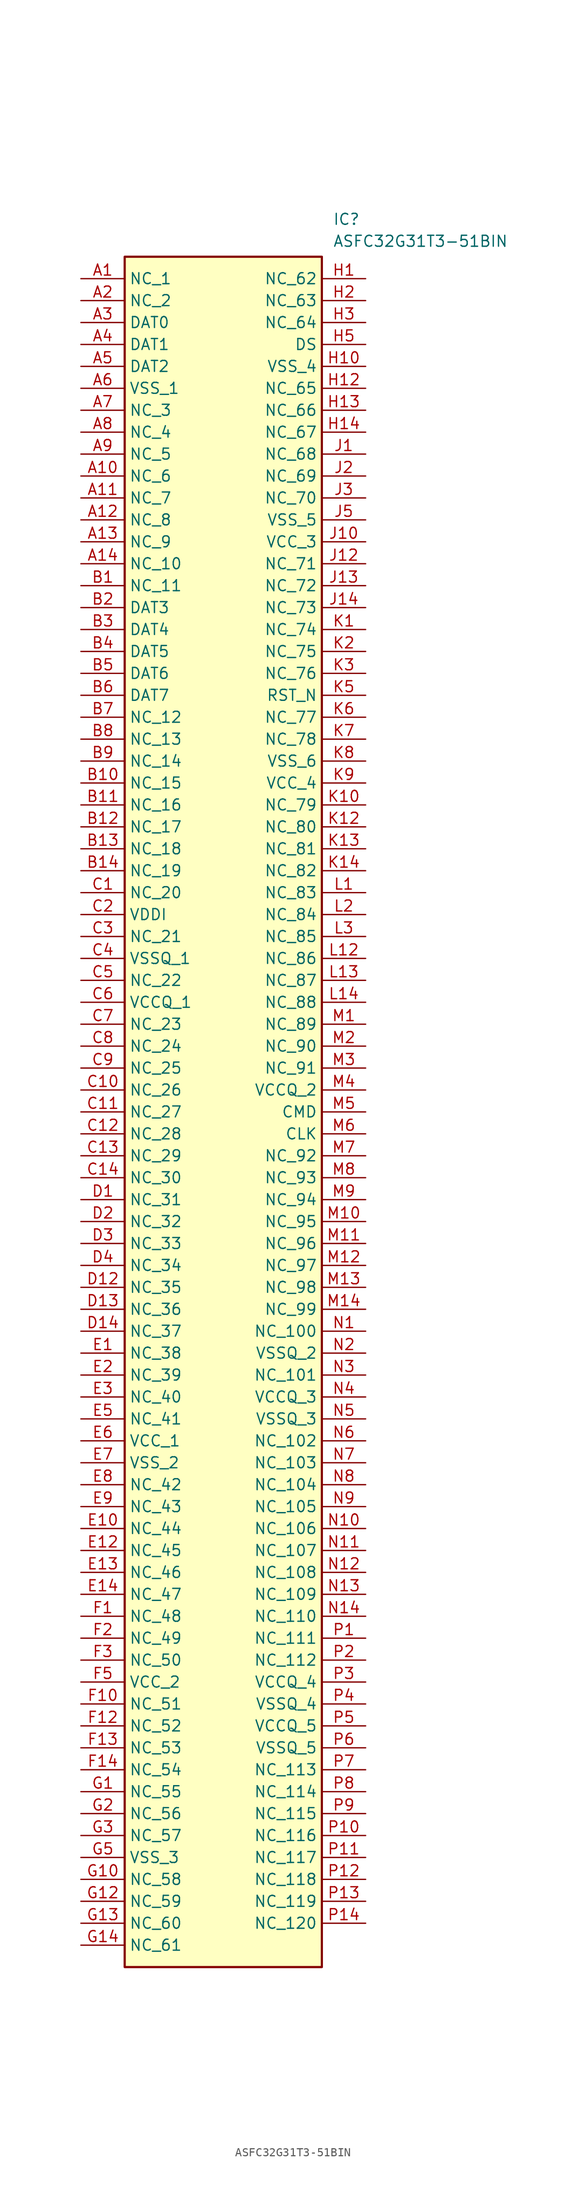
<source format=kicad_sym>
(kicad_symbol_lib
  (version 20241209)
  (generator "kicad_symbol_editor")
  (generator_version "9.0")
  (symbol "ASFC32G31T3-51BIN"
    (property "Reference" "IC"
      (at 29.21 7.62 0)
      (effects (font (size 1.27 1.27)) (justify left top)))
    (property "Value" "ASFC32G31T3-51BIN"
      (at 29.21 5.08 0)
      (effects (font (size 1.27 1.27)) (justify left top)))
    (symbol "ASFC32G31T3-51BIN_1_1"
      (rectangle (start 5.08 2.54) (end 27.94 -195.58) (stroke (width 0.254) (type default)) (fill (type background)))
      (pin passive line (at 0 0 0) (length 5.08) (name "NC_1" (effects (font (size 1.27 1.27)))) (number "A1" (effects (font (size 1.27 1.27)))))
      (pin passive line (at 0 -2.54 0) (length 5.08) (name "NC_2" (effects (font (size 1.27 1.27)))) (number "A2" (effects (font (size 1.27 1.27)))))
      (pin passive line (at 0 -5.08 0) (length 5.08) (name "DAT0" (effects (font (size 1.27 1.27)))) (number "A3" (effects (font (size 1.27 1.27)))))
      (pin passive line (at 0 -7.62 0) (length 5.08) (name "DAT1" (effects (font (size 1.27 1.27)))) (number "A4" (effects (font (size 1.27 1.27)))))
      (pin passive line (at 0 -10.16 0) (length 5.08) (name "DAT2" (effects (font (size 1.27 1.27)))) (number "A5" (effects (font (size 1.27 1.27)))))
      (pin passive line (at 0 -12.7 0) (length 5.08) (name "VSS_1" (effects (font (size 1.27 1.27)))) (number "A6" (effects (font (size 1.27 1.27)))))
      (pin passive line (at 0 -15.24 0) (length 5.08) (name "NC_3" (effects (font (size 1.27 1.27)))) (number "A7" (effects (font (size 1.27 1.27)))))
      (pin passive line (at 0 -17.78 0) (length 5.08) (name "NC_4" (effects (font (size 1.27 1.27)))) (number "A8" (effects (font (size 1.27 1.27)))))
      (pin passive line (at 0 -20.32 0) (length 5.08) (name "NC_5" (effects (font (size 1.27 1.27)))) (number "A9" (effects (font (size 1.27 1.27)))))
      (pin passive line (at 0 -22.86 0) (length 5.08) (name "NC_6" (effects (font (size 1.27 1.27)))) (number "A10" (effects (font (size 1.27 1.27)))))
      (pin passive line (at 0 -25.4 0) (length 5.08) (name "NC_7" (effects (font (size 1.27 1.27)))) (number "A11" (effects (font (size 1.27 1.27)))))
      (pin passive line (at 0 -27.94 0) (length 5.08) (name "NC_8" (effects (font (size 1.27 1.27)))) (number "A12" (effects (font (size 1.27 1.27)))))
      (pin passive line (at 0 -30.48 0) (length 5.08) (name "NC_9" (effects (font (size 1.27 1.27)))) (number "A13" (effects (font (size 1.27 1.27)))))
      (pin passive line (at 0 -33.02 0) (length 5.08) (name "NC_10" (effects (font (size 1.27 1.27)))) (number "A14" (effects (font (size 1.27 1.27)))))
      (pin passive line (at 0 -35.56 0) (length 5.08) (name "NC_11" (effects (font (size 1.27 1.27)))) (number "B1" (effects (font (size 1.27 1.27)))))
      (pin passive line (at 0 -38.1 0) (length 5.08) (name "DAT3" (effects (font (size 1.27 1.27)))) (number "B2" (effects (font (size 1.27 1.27)))))
      (pin passive line (at 0 -40.64 0) (length 5.08) (name "DAT4" (effects (font (size 1.27 1.27)))) (number "B3" (effects (font (size 1.27 1.27)))))
      (pin passive line (at 0 -43.18 0) (length 5.08) (name "DAT5" (effects (font (size 1.27 1.27)))) (number "B4" (effects (font (size 1.27 1.27)))))
      (pin passive line (at 0 -45.72 0) (length 5.08) (name "DAT6" (effects (font (size 1.27 1.27)))) (number "B5" (effects (font (size 1.27 1.27)))))
      (pin passive line (at 0 -48.26 0) (length 5.08) (name "DAT7" (effects (font (size 1.27 1.27)))) (number "B6" (effects (font (size 1.27 1.27)))))
      (pin passive line (at 0 -50.8 0) (length 5.08) (name "NC_12" (effects (font (size 1.27 1.27)))) (number "B7" (effects (font (size 1.27 1.27)))))
      (pin passive line (at 0 -53.34 0) (length 5.08) (name "NC_13" (effects (font (size 1.27 1.27)))) (number "B8" (effects (font (size 1.27 1.27)))))
      (pin passive line (at 0 -55.88 0) (length 5.08) (name "NC_14" (effects (font (size 1.27 1.27)))) (number "B9" (effects (font (size 1.27 1.27)))))
      (pin passive line (at 0 -58.42 0) (length 5.08) (name "NC_15" (effects (font (size 1.27 1.27)))) (number "B10" (effects (font (size 1.27 1.27)))))
      (pin passive line (at 0 -60.96 0) (length 5.08) (name "NC_16" (effects (font (size 1.27 1.27)))) (number "B11" (effects (font (size 1.27 1.27)))))
      (pin passive line (at 0 -63.5 0) (length 5.08) (name "NC_17" (effects (font (size 1.27 1.27)))) (number "B12" (effects (font (size 1.27 1.27)))))
      (pin passive line (at 0 -66.04 0) (length 5.08) (name "NC_18" (effects (font (size 1.27 1.27)))) (number "B13" (effects (font (size 1.27 1.27)))))
      (pin passive line (at 0 -68.58 0) (length 5.08) (name "NC_19" (effects (font (size 1.27 1.27)))) (number "B14" (effects (font (size 1.27 1.27)))))
      (pin passive line (at 0 -71.12 0) (length 5.08) (name "NC_20" (effects (font (size 1.27 1.27)))) (number "C1" (effects (font (size 1.27 1.27)))))
      (pin passive line (at 0 -73.66 0) (length 5.08) (name "VDDI" (effects (font (size 1.27 1.27)))) (number "C2" (effects (font (size 1.27 1.27)))))
      (pin passive line (at 0 -76.2 0) (length 5.08) (name "NC_21" (effects (font (size 1.27 1.27)))) (number "C3" (effects (font (size 1.27 1.27)))))
      (pin passive line (at 0 -78.74 0) (length 5.08) (name "VSSQ_1" (effects (font (size 1.27 1.27)))) (number "C4" (effects (font (size 1.27 1.27)))))
      (pin passive line (at 0 -81.28 0) (length 5.08) (name "NC_22" (effects (font (size 1.27 1.27)))) (number "C5" (effects (font (size 1.27 1.27)))))
      (pin passive line (at 0 -83.82 0) (length 5.08) (name "VCCQ_1" (effects (font (size 1.27 1.27)))) (number "C6" (effects (font (size 1.27 1.27)))))
      (pin passive line (at 0 -86.36 0) (length 5.08) (name "NC_23" (effects (font (size 1.27 1.27)))) (number "C7" (effects (font (size 1.27 1.27)))))
      (pin passive line (at 0 -88.9 0) (length 5.08) (name "NC_24" (effects (font (size 1.27 1.27)))) (number "C8" (effects (font (size 1.27 1.27)))))
      (pin passive line (at 0 -91.44 0) (length 5.08) (name "NC_25" (effects (font (size 1.27 1.27)))) (number "C9" (effects (font (size 1.27 1.27)))))
      (pin passive line (at 0 -93.98 0) (length 5.08) (name "NC_26" (effects (font (size 1.27 1.27)))) (number "C10" (effects (font (size 1.27 1.27)))))
      (pin passive line (at 0 -96.52 0) (length 5.08) (name "NC_27" (effects (font (size 1.27 1.27)))) (number "C11" (effects (font (size 1.27 1.27)))))
      (pin passive line (at 0 -99.06 0) (length 5.08) (name "NC_28" (effects (font (size 1.27 1.27)))) (number "C12" (effects (font (size 1.27 1.27)))))
      (pin passive line (at 0 -101.6 0) (length 5.08) (name "NC_29" (effects (font (size 1.27 1.27)))) (number "C13" (effects (font (size 1.27 1.27)))))
      (pin passive line (at 0 -104.14 0) (length 5.08) (name "NC_30" (effects (font (size 1.27 1.27)))) (number "C14" (effects (font (size 1.27 1.27)))))
      (pin passive line (at 0 -106.68 0) (length 5.08) (name "NC_31" (effects (font (size 1.27 1.27)))) (number "D1" (effects (font (size 1.27 1.27)))))
      (pin passive line (at 0 -109.22 0) (length 5.08) (name "NC_32" (effects (font (size 1.27 1.27)))) (number "D2" (effects (font (size 1.27 1.27)))))
      (pin passive line (at 0 -111.76 0) (length 5.08) (name "NC_33" (effects (font (size 1.27 1.27)))) (number "D3" (effects (font (size 1.27 1.27)))))
      (pin passive line (at 0 -114.3 0) (length 5.08) (name "NC_34" (effects (font (size 1.27 1.27)))) (number "D4" (effects (font (size 1.27 1.27)))))
      (pin passive line (at 0 -116.84 0) (length 5.08) (name "NC_35" (effects (font (size 1.27 1.27)))) (number "D12" (effects (font (size 1.27 1.27)))))
      (pin passive line (at 0 -119.38 0) (length 5.08) (name "NC_36" (effects (font (size 1.27 1.27)))) (number "D13" (effects (font (size 1.27 1.27)))))
      (pin passive line (at 0 -121.92 0) (length 5.08) (name "NC_37" (effects (font (size 1.27 1.27)))) (number "D14" (effects (font (size 1.27 1.27)))))
      (pin passive line (at 0 -124.46 0) (length 5.08) (name "NC_38" (effects (font (size 1.27 1.27)))) (number "E1" (effects (font (size 1.27 1.27)))))
      (pin passive line (at 0 -127 0) (length 5.08) (name "NC_39" (effects (font (size 1.27 1.27)))) (number "E2" (effects (font (size 1.27 1.27)))))
      (pin passive line (at 0 -129.54 0) (length 5.08) (name "NC_40" (effects (font (size 1.27 1.27)))) (number "E3" (effects (font (size 1.27 1.27)))))
      (pin passive line (at 0 -132.08 0) (length 5.08) (name "NC_41" (effects (font (size 1.27 1.27)))) (number "E5" (effects (font (size 1.27 1.27)))))
      (pin passive line (at 0 -134.62 0) (length 5.08) (name "VCC_1" (effects (font (size 1.27 1.27)))) (number "E6" (effects (font (size 1.27 1.27)))))
      (pin passive line (at 0 -137.16 0) (length 5.08) (name "VSS_2" (effects (font (size 1.27 1.27)))) (number "E7" (effects (font (size 1.27 1.27)))))
      (pin passive line (at 0 -139.7 0) (length 5.08) (name "NC_42" (effects (font (size 1.27 1.27)))) (number "E8" (effects (font (size 1.27 1.27)))))
      (pin passive line (at 0 -142.24 0) (length 5.08) (name "NC_43" (effects (font (size 1.27 1.27)))) (number "E9" (effects (font (size 1.27 1.27)))))
      (pin passive line (at 0 -144.78 0) (length 5.08) (name "NC_44" (effects (font (size 1.27 1.27)))) (number "E10" (effects (font (size 1.27 1.27)))))
      (pin passive line (at 0 -147.32 0) (length 5.08) (name "NC_45" (effects (font (size 1.27 1.27)))) (number "E12" (effects (font (size 1.27 1.27)))))
      (pin passive line (at 0 -149.86 0) (length 5.08) (name "NC_46" (effects (font (size 1.27 1.27)))) (number "E13" (effects (font (size 1.27 1.27)))))
      (pin passive line (at 0 -152.4 0) (length 5.08) (name "NC_47" (effects (font (size 1.27 1.27)))) (number "E14" (effects (font (size 1.27 1.27)))))
      (pin passive line (at 0 -154.94 0) (length 5.08) (name "NC_48" (effects (font (size 1.27 1.27)))) (number "F1" (effects (font (size 1.27 1.27)))))
      (pin passive line (at 0 -157.48 0) (length 5.08) (name "NC_49" (effects (font (size 1.27 1.27)))) (number "F2" (effects (font (size 1.27 1.27)))))
      (pin passive line (at 0 -160.02 0) (length 5.08) (name "NC_50" (effects (font (size 1.27 1.27)))) (number "F3" (effects (font (size 1.27 1.27)))))
      (pin passive line (at 0 -162.56 0) (length 5.08) (name "VCC_2" (effects (font (size 1.27 1.27)))) (number "F5" (effects (font (size 1.27 1.27)))))
      (pin passive line (at 0 -165.1 0) (length 5.08) (name "NC_51" (effects (font (size 1.27 1.27)))) (number "F10" (effects (font (size 1.27 1.27)))))
      (pin passive line (at 0 -167.64 0) (length 5.08) (name "NC_52" (effects (font (size 1.27 1.27)))) (number "F12" (effects (font (size 1.27 1.27)))))
      (pin passive line (at 0 -170.18 0) (length 5.08) (name "NC_53" (effects (font (size 1.27 1.27)))) (number "F13" (effects (font (size 1.27 1.27)))))
      (pin passive line (at 0 -172.72 0) (length 5.08) (name "NC_54" (effects (font (size 1.27 1.27)))) (number "F14" (effects (font (size 1.27 1.27)))))
      (pin passive line (at 0 -175.26 0) (length 5.08) (name "NC_55" (effects (font (size 1.27 1.27)))) (number "G1" (effects (font (size 1.27 1.27)))))
      (pin passive line (at 0 -177.8 0) (length 5.08) (name "NC_56" (effects (font (size 1.27 1.27)))) (number "G2" (effects (font (size 1.27 1.27)))))
      (pin passive line (at 0 -180.34 0) (length 5.08) (name "NC_57" (effects (font (size 1.27 1.27)))) (number "G3" (effects (font (size 1.27 1.27)))))
      (pin passive line (at 0 -182.88 0) (length 5.08) (name "VSS_3" (effects (font (size 1.27 1.27)))) (number "G5" (effects (font (size 1.27 1.27)))))
      (pin passive line (at 0 -185.42 0) (length 5.08) (name "NC_58" (effects (font (size 1.27 1.27)))) (number "G10" (effects (font (size 1.27 1.27)))))
      (pin passive line (at 0 -187.96 0) (length 5.08) (name "NC_59" (effects (font (size 1.27 1.27)))) (number "G12" (effects (font (size 1.27 1.27)))))
      (pin passive line (at 0 -190.5 0) (length 5.08) (name "NC_60" (effects (font (size 1.27 1.27)))) (number "G13" (effects (font (size 1.27 1.27)))))
      (pin passive line (at 0 -193.04 0) (length 5.08) (name "NC_61" (effects (font (size 1.27 1.27)))) (number "G14" (effects (font (size 1.27 1.27)))))
      (pin passive line (at 33.02 0 180) (length 5.08) (name "NC_62" (effects (font (size 1.27 1.27)))) (number "H1" (effects (font (size 1.27 1.27)))))
      (pin passive line (at 33.02 -2.54 180) (length 5.08) (name "NC_63" (effects (font (size 1.27 1.27)))) (number "H2" (effects (font (size 1.27 1.27)))))
      (pin passive line (at 33.02 -5.08 180) (length 5.08) (name "NC_64" (effects (font (size 1.27 1.27)))) (number "H3" (effects (font (size 1.27 1.27)))))
      (pin passive line (at 33.02 -7.62 180) (length 5.08) (name "DS" (effects (font (size 1.27 1.27)))) (number "H5" (effects (font (size 1.27 1.27)))))
      (pin passive line (at 33.02 -10.16 180) (length 5.08) (name "VSS_4" (effects (font (size 1.27 1.27)))) (number "H10" (effects (font (size 1.27 1.27)))))
      (pin passive line (at 33.02 -12.7 180) (length 5.08) (name "NC_65" (effects (font (size 1.27 1.27)))) (number "H12" (effects (font (size 1.27 1.27)))))
      (pin passive line (at 33.02 -15.24 180) (length 5.08) (name "NC_66" (effects (font (size 1.27 1.27)))) (number "H13" (effects (font (size 1.27 1.27)))))
      (pin passive line (at 33.02 -17.78 180) (length 5.08) (name "NC_67" (effects (font (size 1.27 1.27)))) (number "H14" (effects (font (size 1.27 1.27)))))
      (pin passive line (at 33.02 -20.32 180) (length 5.08) (name "NC_68" (effects (font (size 1.27 1.27)))) (number "J1" (effects (font (size 1.27 1.27)))))
      (pin passive line (at 33.02 -22.86 180) (length 5.08) (name "NC_69" (effects (font (size 1.27 1.27)))) (number "J2" (effects (font (size 1.27 1.27)))))
      (pin passive line (at 33.02 -25.4 180) (length 5.08) (name "NC_70" (effects (font (size 1.27 1.27)))) (number "J3" (effects (font (size 1.27 1.27)))))
      (pin passive line (at 33.02 -27.94 180) (length 5.08) (name "VSS_5" (effects (font (size 1.27 1.27)))) (number "J5" (effects (font (size 1.27 1.27)))))
      (pin passive line (at 33.02 -30.48 180) (length 5.08) (name "VCC_3" (effects (font (size 1.27 1.27)))) (number "J10" (effects (font (size 1.27 1.27)))))
      (pin passive line (at 33.02 -33.02 180) (length 5.08) (name "NC_71" (effects (font (size 1.27 1.27)))) (number "J12" (effects (font (size 1.27 1.27)))))
      (pin passive line (at 33.02 -35.56 180) (length 5.08) (name "NC_72" (effects (font (size 1.27 1.27)))) (number "J13" (effects (font (size 1.27 1.27)))))
      (pin passive line (at 33.02 -38.1 180) (length 5.08) (name "NC_73" (effects (font (size 1.27 1.27)))) (number "J14" (effects (font (size 1.27 1.27)))))
      (pin passive line (at 33.02 -40.64 180) (length 5.08) (name "NC_74" (effects (font (size 1.27 1.27)))) (number "K1" (effects (font (size 1.27 1.27)))))
      (pin passive line (at 33.02 -43.18 180) (length 5.08) (name "NC_75" (effects (font (size 1.27 1.27)))) (number "K2" (effects (font (size 1.27 1.27)))))
      (pin passive line (at 33.02 -45.72 180) (length 5.08) (name "NC_76" (effects (font (size 1.27 1.27)))) (number "K3" (effects (font (size 1.27 1.27)))))
      (pin passive line (at 33.02 -48.26 180) (length 5.08) (name "RST_N" (effects (font (size 1.27 1.27)))) (number "K5" (effects (font (size 1.27 1.27)))))
      (pin passive line (at 33.02 -50.8 180) (length 5.08) (name "NC_77" (effects (font (size 1.27 1.27)))) (number "K6" (effects (font (size 1.27 1.27)))))
      (pin passive line (at 33.02 -53.34 180) (length 5.08) (name "NC_78" (effects (font (size 1.27 1.27)))) (number "K7" (effects (font (size 1.27 1.27)))))
      (pin passive line (at 33.02 -55.88 180) (length 5.08) (name "VSS_6" (effects (font (size 1.27 1.27)))) (number "K8" (effects (font (size 1.27 1.27)))))
      (pin passive line (at 33.02 -58.42 180) (length 5.08) (name "VCC_4" (effects (font (size 1.27 1.27)))) (number "K9" (effects (font (size 1.27 1.27)))))
      (pin passive line (at 33.02 -60.96 180) (length 5.08) (name "NC_79" (effects (font (size 1.27 1.27)))) (number "K10" (effects (font (size 1.27 1.27)))))
      (pin passive line (at 33.02 -63.5 180) (length 5.08) (name "NC_80" (effects (font (size 1.27 1.27)))) (number "K12" (effects (font (size 1.27 1.27)))))
      (pin passive line (at 33.02 -66.04 180) (length 5.08) (name "NC_81" (effects (font (size 1.27 1.27)))) (number "K13" (effects (font (size 1.27 1.27)))))
      (pin passive line (at 33.02 -68.58 180) (length 5.08) (name "NC_82" (effects (font (size 1.27 1.27)))) (number "K14" (effects (font (size 1.27 1.27)))))
      (pin passive line (at 33.02 -71.12 180) (length 5.08) (name "NC_83" (effects (font (size 1.27 1.27)))) (number "L1" (effects (font (size 1.27 1.27)))))
      (pin passive line (at 33.02 -73.66 180) (length 5.08) (name "NC_84" (effects (font (size 1.27 1.27)))) (number "L2" (effects (font (size 1.27 1.27)))))
      (pin passive line (at 33.02 -76.2 180) (length 5.08) (name "NC_85" (effects (font (size 1.27 1.27)))) (number "L3" (effects (font (size 1.27 1.27)))))
      (pin passive line (at 33.02 -78.74 180) (length 5.08) (name "NC_86" (effects (font (size 1.27 1.27)))) (number "L12" (effects (font (size 1.27 1.27)))))
      (pin passive line (at 33.02 -81.28 180) (length 5.08) (name "NC_87" (effects (font (size 1.27 1.27)))) (number "L13" (effects (font (size 1.27 1.27)))))
      (pin passive line (at 33.02 -83.82 180) (length 5.08) (name "NC_88" (effects (font (size 1.27 1.27)))) (number "L14" (effects (font (size 1.27 1.27)))))
      (pin passive line (at 33.02 -86.36 180) (length 5.08) (name "NC_89" (effects (font (size 1.27 1.27)))) (number "M1" (effects (font (size 1.27 1.27)))))
      (pin passive line (at 33.02 -88.9 180) (length 5.08) (name "NC_90" (effects (font (size 1.27 1.27)))) (number "M2" (effects (font (size 1.27 1.27)))))
      (pin passive line (at 33.02 -91.44 180) (length 5.08) (name "NC_91" (effects (font (size 1.27 1.27)))) (number "M3" (effects (font (size 1.27 1.27)))))
      (pin passive line (at 33.02 -93.98 180) (length 5.08) (name "VCCQ_2" (effects (font (size 1.27 1.27)))) (number "M4" (effects (font (size 1.27 1.27)))))
      (pin passive line (at 33.02 -96.52 180) (length 5.08) (name "CMD" (effects (font (size 1.27 1.27)))) (number "M5" (effects (font (size 1.27 1.27)))))
      (pin passive line (at 33.02 -99.06 180) (length 5.08) (name "CLK" (effects (font (size 1.27 1.27)))) (number "M6" (effects (font (size 1.27 1.27)))))
      (pin passive line (at 33.02 -101.6 180) (length 5.08) (name "NC_92" (effects (font (size 1.27 1.27)))) (number "M7" (effects (font (size 1.27 1.27)))))
      (pin passive line (at 33.02 -104.14 180) (length 5.08) (name "NC_93" (effects (font (size 1.27 1.27)))) (number "M8" (effects (font (size 1.27 1.27)))))
      (pin passive line (at 33.02 -106.68 180) (length 5.08) (name "NC_94" (effects (font (size 1.27 1.27)))) (number "M9" (effects (font (size 1.27 1.27)))))
      (pin passive line (at 33.02 -109.22 180) (length 5.08) (name "NC_95" (effects (font (size 1.27 1.27)))) (number "M10" (effects (font (size 1.27 1.27)))))
      (pin passive line (at 33.02 -111.76 180) (length 5.08) (name "NC_96" (effects (font (size 1.27 1.27)))) (number "M11" (effects (font (size 1.27 1.27)))))
      (pin passive line (at 33.02 -114.3 180) (length 5.08) (name "NC_97" (effects (font (size 1.27 1.27)))) (number "M12" (effects (font (size 1.27 1.27)))))
      (pin passive line (at 33.02 -116.84 180) (length 5.08) (name "NC_98" (effects (font (size 1.27 1.27)))) (number "M13" (effects (font (size 1.27 1.27)))))
      (pin passive line (at 33.02 -119.38 180) (length 5.08) (name "NC_99" (effects (font (size 1.27 1.27)))) (number "M14" (effects (font (size 1.27 1.27)))))
      (pin passive line (at 33.02 -121.92 180) (length 5.08) (name "NC_100" (effects (font (size 1.27 1.27)))) (number "N1" (effects (font (size 1.27 1.27)))))
      (pin passive line (at 33.02 -124.46 180) (length 5.08) (name "VSSQ_2" (effects (font (size 1.27 1.27)))) (number "N2" (effects (font (size 1.27 1.27)))))
      (pin passive line (at 33.02 -127 180) (length 5.08) (name "NC_101" (effects (font (size 1.27 1.27)))) (number "N3" (effects (font (size 1.27 1.27)))))
      (pin passive line (at 33.02 -129.54 180) (length 5.08) (name "VCCQ_3" (effects (font (size 1.27 1.27)))) (number "N4" (effects (font (size 1.27 1.27)))))
      (pin passive line (at 33.02 -132.08 180) (length 5.08) (name "VSSQ_3" (effects (font (size 1.27 1.27)))) (number "N5" (effects (font (size 1.27 1.27)))))
      (pin passive line (at 33.02 -134.62 180) (length 5.08) (name "NC_102" (effects (font (size 1.27 1.27)))) (number "N6" (effects (font (size 1.27 1.27)))))
      (pin passive line (at 33.02 -137.16 180) (length 5.08) (name "NC_103" (effects (font (size 1.27 1.27)))) (number "N7" (effects (font (size 1.27 1.27)))))
      (pin passive line (at 33.02 -139.7 180) (length 5.08) (name "NC_104" (effects (font (size 1.27 1.27)))) (number "N8" (effects (font (size 1.27 1.27)))))
      (pin passive line (at 33.02 -142.24 180) (length 5.08) (name "NC_105" (effects (font (size 1.27 1.27)))) (number "N9" (effects (font (size 1.27 1.27)))))
      (pin passive line (at 33.02 -144.78 180) (length 5.08) (name "NC_106" (effects (font (size 1.27 1.27)))) (number "N10" (effects (font (size 1.27 1.27)))))
      (pin passive line (at 33.02 -147.32 180) (length 5.08) (name "NC_107" (effects (font (size 1.27 1.27)))) (number "N11" (effects (font (size 1.27 1.27)))))
      (pin passive line (at 33.02 -149.86 180) (length 5.08) (name "NC_108" (effects (font (size 1.27 1.27)))) (number "N12" (effects (font (size 1.27 1.27)))))
      (pin passive line (at 33.02 -152.4 180) (length 5.08) (name "NC_109" (effects (font (size 1.27 1.27)))) (number "N13" (effects (font (size 1.27 1.27)))))
      (pin passive line (at 33.02 -154.94 180) (length 5.08) (name "NC_110" (effects (font (size 1.27 1.27)))) (number "N14" (effects (font (size 1.27 1.27)))))
      (pin passive line (at 33.02 -157.48 180) (length 5.08) (name "NC_111" (effects (font (size 1.27 1.27)))) (number "P1" (effects (font (size 1.27 1.27)))))
      (pin passive line (at 33.02 -160.02 180) (length 5.08) (name "NC_112" (effects (font (size 1.27 1.27)))) (number "P2" (effects (font (size 1.27 1.27)))))
      (pin passive line (at 33.02 -162.56 180) (length 5.08) (name "VCCQ_4" (effects (font (size 1.27 1.27)))) (number "P3" (effects (font (size 1.27 1.27)))))
      (pin passive line (at 33.02 -165.1 180) (length 5.08) (name "VSSQ_4" (effects (font (size 1.27 1.27)))) (number "P4" (effects (font (size 1.27 1.27)))))
      (pin passive line (at 33.02 -167.64 180) (length 5.08) (name "VCCQ_5" (effects (font (size 1.27 1.27)))) (number "P5" (effects (font (size 1.27 1.27)))))
      (pin passive line (at 33.02 -170.18 180) (length 5.08) (name "VSSQ_5" (effects (font (size 1.27 1.27)))) (number "P6" (effects (font (size 1.27 1.27)))))
      (pin passive line (at 33.02 -172.72 180) (length 5.08) (name "NC_113" (effects (font (size 1.27 1.27)))) (number "P7" (effects (font (size 1.27 1.27)))))
      (pin passive line (at 33.02 -175.26 180) (length 5.08) (name "NC_114" (effects (font (size 1.27 1.27)))) (number "P8" (effects (font (size 1.27 1.27)))))
      (pin passive line (at 33.02 -177.8 180) (length 5.08) (name "NC_115" (effects (font (size 1.27 1.27)))) (number "P9" (effects (font (size 1.27 1.27)))))
      (pin passive line (at 33.02 -180.34 180) (length 5.08) (name "NC_116" (effects (font (size 1.27 1.27)))) (number "P10" (effects (font (size 1.27 1.27)))))
      (pin passive line (at 33.02 -182.88 180) (length 5.08) (name "NC_117" (effects (font (size 1.27 1.27)))) (number "P11" (effects (font (size 1.27 1.27)))))
      (pin passive line (at 33.02 -185.42 180) (length 5.08) (name "NC_118" (effects (font (size 1.27 1.27)))) (number "P12" (effects (font (size 1.27 1.27)))))
      (pin passive line (at 33.02 -187.96 180) (length 5.08) (name "NC_119" (effects (font (size 1.27 1.27)))) (number "P13" (effects (font (size 1.27 1.27)))))
      (pin passive line (at 33.02 -190.5 180) (length 5.08) (name "NC_120" (effects (font (size 1.27 1.27)))) (number "P14" (effects (font (size 1.27 1.27))))))))
</source>
